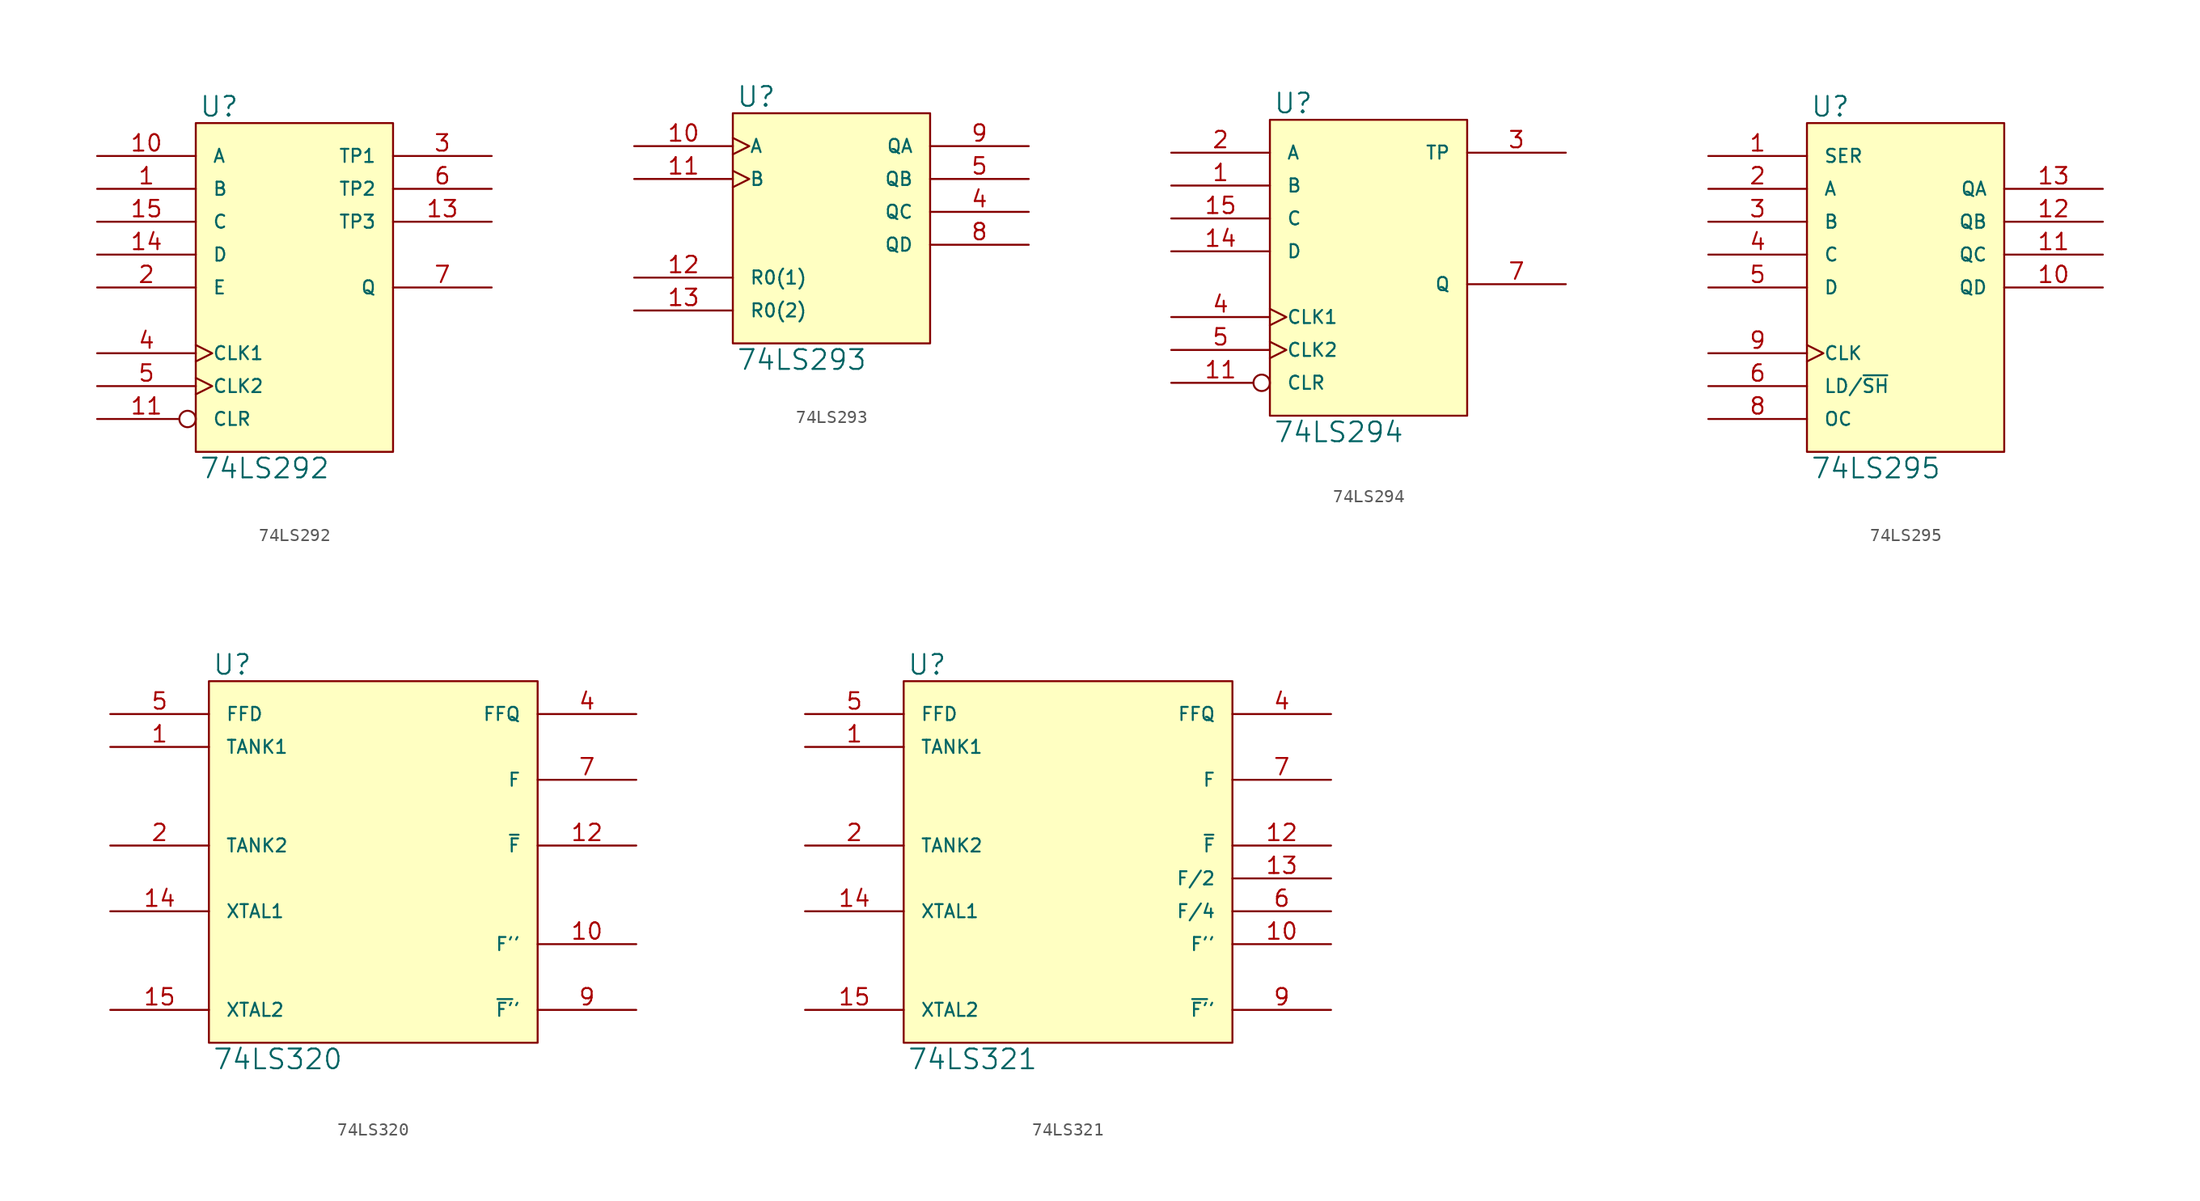
<source format=kicad_sym>
(kicad_symbol_lib
  (version 20231120)
  (generator "kicad_symbol_editor")
  (generator_version "8.0")
  (symbol "74LS292"
    (pin_names
      (offset 1.27))
    (property "Reference" "U"
      (at 0.254 0.381 0)
      (effects (font (size 1.524 1.524)) (justify left bottom)))
    (property "Value" "74LS292"
      (at 0.254 -25.781 0)
      (effects (font (size 1.524 1.524)) (justify left top)))
    (symbol "74LS292_0_1"
      (rectangle (start 0 0) (end 15.24 -25.4) (stroke (width 0) (type solid)) (fill (type background))))
    (symbol "74LS292_1_1"
      (pin input line (at -7.62 -5.08 0) (length 7.62) (name "B" (effects (font (size 1.016 1.016)))) (number "1" (effects (font (size 1.27 1.27)))))
      (pin input line (at -7.62 -2.54 0) (length 7.62) (name "A" (effects (font (size 1.016 1.016)))) (number "10" (effects (font (size 1.27 1.27)))))
      (pin input inverted (at -7.62 -22.86 0) (length 7.62) (name "CLR" (effects (font (size 1.016 1.016)))) (number "11" (effects (font (size 1.27 1.27)))))
      (pin output line (at 22.86 -7.62 180) (length 7.62) (name "TP3" (effects (font (size 1.016 1.016)))) (number "13" (effects (font (size 1.27 1.27)))))
      (pin input line (at -7.62 -10.16 0) (length 7.62) (name "D" (effects (font (size 1.016 1.016)))) (number "14" (effects (font (size 1.27 1.27)))))
      (pin input line (at -7.62 -7.62 0) (length 7.62) (name "C" (effects (font (size 1.016 1.016)))) (number "15" (effects (font (size 1.27 1.27)))))
      (pin power_in line (at 0 0 270) (length 0) hide (name "VCC" (effects (font (size 1.016 1.016)))) (number "16" (effects (font (size 1.27 1.27)))))
      (pin input line (at -7.62 -12.7 0) (length 7.62) (name "E" (effects (font (size 1.016 1.016)))) (number "2" (effects (font (size 1.27 1.27)))))
      (pin output line (at 22.86 -2.54 180) (length 7.62) (name "TP1" (effects (font (size 1.016 1.016)))) (number "3" (effects (font (size 1.27 1.27)))))
      (pin input clock (at -7.62 -17.78 0) (length 7.62) (name "CLK1" (effects (font (size 1.016 1.016)))) (number "4" (effects (font (size 1.27 1.27)))))
      (pin input clock (at -7.62 -20.32 0) (length 7.62) (name "CLK2" (effects (font (size 1.016 1.016)))) (number "5" (effects (font (size 1.27 1.27)))))
      (pin output line (at 22.86 -5.08 180) (length 7.62) (name "TP2" (effects (font (size 1.016 1.016)))) (number "6" (effects (font (size 1.27 1.27)))))
      (pin output line (at 22.86 -12.7 180) (length 7.62) (name "Q" (effects (font (size 1.016 1.016)))) (number "7" (effects (font (size 1.27 1.27)))))
      (pin power_in line (at 0 -25.4 90) (length 0) hide (name "GND" (effects (font (size 1.016 1.016)))) (number "8" (effects (font (size 1.27 1.27)))))))
  (symbol "74LS293"
    (pin_names
      (offset 1.27))
    (property "Reference" "U"
      (at 0.254 0.381 0)
      (effects (font (size 1.524 1.524)) (justify left bottom)))
    (property "Value" "74LS293"
      (at 0.254 -18.161 0)
      (effects (font (size 1.524 1.524)) (justify left top)))
    (symbol "74LS293_0_1"
      (rectangle (start 0 0) (end 15.24 -17.78) (stroke (width 0) (type solid)) (fill (type background))))
    (symbol "74LS293_1_1"
      (pin input clock (at -7.62 -2.54 0) (length 7.62) (name "A" (effects (font (size 1.016 1.016)))) (number "10" (effects (font (size 1.27 1.27)))))
      (pin input clock (at -7.62 -5.08 0) (length 7.62) (name "B" (effects (font (size 1.016 1.016)))) (number "11" (effects (font (size 1.27 1.27)))))
      (pin input line (at -7.62 -12.7 0) (length 7.62) (name "R0(1)" (effects (font (size 1.016 1.016)))) (number "12" (effects (font (size 1.27 1.27)))))
      (pin input line (at -7.62 -15.24 0) (length 7.62) (name "R0(2)" (effects (font (size 1.016 1.016)))) (number "13" (effects (font (size 1.27 1.27)))))
      (pin power_in line (at 0 0 270) (length 0) hide (name "VCC" (effects (font (size 1.016 1.016)))) (number "14" (effects (font (size 1.27 1.27)))))
      (pin output line (at 22.86 -7.62 180) (length 7.62) (name "QC" (effects (font (size 1.016 1.016)))) (number "4" (effects (font (size 1.27 1.27)))))
      (pin output line (at 22.86 -5.08 180) (length 7.62) (name "QB" (effects (font (size 1.016 1.016)))) (number "5" (effects (font (size 1.27 1.27)))))
      (pin power_in line (at 0 -17.78 90) (length 0) hide (name "GND" (effects (font (size 1.016 1.016)))) (number "7" (effects (font (size 1.27 1.27)))))
      (pin output line (at 22.86 -10.16 180) (length 7.62) (name "QD" (effects (font (size 1.016 1.016)))) (number "8" (effects (font (size 1.27 1.27)))))
      (pin output line (at 22.86 -2.54 180) (length 7.62) (name "QA" (effects (font (size 1.016 1.016)))) (number "9" (effects (font (size 1.27 1.27)))))))
  (symbol "74LS294"
    (pin_names
      (offset 1.27))
    (property "Reference" "U"
      (at 0.254 0.381 0)
      (effects (font (size 1.524 1.524)) (justify left bottom)))
    (property "Value" "74LS294"
      (at 0.254 -23.241 0)
      (effects (font (size 1.524 1.524)) (justify left top)))
    (symbol "74LS294_0_1"
      (rectangle (start 0 0) (end 15.24 -22.86) (stroke (width 0) (type solid)) (fill (type background))))
    (symbol "74LS294_1_1"
      (pin input line (at -7.62 -5.08 0) (length 7.62) (name "B" (effects (font (size 1.016 1.016)))) (number "1" (effects (font (size 1.27 1.27)))))
      (pin input inverted (at -7.62 -20.32 0) (length 7.62) (name "CLR" (effects (font (size 1.016 1.016)))) (number "11" (effects (font (size 1.27 1.27)))))
      (pin input line (at -7.62 -10.16 0) (length 7.62) (name "D" (effects (font (size 1.016 1.016)))) (number "14" (effects (font (size 1.27 1.27)))))
      (pin input line (at -7.62 -7.62 0) (length 7.62) (name "C" (effects (font (size 1.016 1.016)))) (number "15" (effects (font (size 1.27 1.27)))))
      (pin power_in line (at 0 0 270) (length 0) hide (name "VCC" (effects (font (size 1.016 1.016)))) (number "16" (effects (font (size 1.27 1.27)))))
      (pin input line (at -7.62 -2.54 0) (length 7.62) (name "A" (effects (font (size 1.016 1.016)))) (number "2" (effects (font (size 1.27 1.27)))))
      (pin output line (at 22.86 -2.54 180) (length 7.62) (name "TP" (effects (font (size 1.016 1.016)))) (number "3" (effects (font (size 1.27 1.27)))))
      (pin input clock (at -7.62 -15.24 0) (length 7.62) (name "CLK1" (effects (font (size 1.016 1.016)))) (number "4" (effects (font (size 1.27 1.27)))))
      (pin input clock (at -7.62 -17.78 0) (length 7.62) (name "CLK2" (effects (font (size 1.016 1.016)))) (number "5" (effects (font (size 1.27 1.27)))))
      (pin output line (at 22.86 -12.7 180) (length 7.62) (name "Q" (effects (font (size 1.016 1.016)))) (number "7" (effects (font (size 1.27 1.27)))))
      (pin power_in line (at 0 -22.86 90) (length 0) hide (name "GND" (effects (font (size 1.016 1.016)))) (number "8" (effects (font (size 1.27 1.27)))))))
  (symbol "74LS295"
    (pin_names
      (offset 1.27))
    (property "Reference" "U"
      (at 0.254 0.381 0)
      (effects (font (size 1.524 1.524)) (justify left bottom)))
    (property "Value" "74LS295"
      (at 0.254 -25.781 0)
      (effects (font (size 1.524 1.524)) (justify left top)))
    (symbol "74LS295_0_1"
      (rectangle (start 0 0) (end 15.24 -25.4) (stroke (width 0) (type solid)) (fill (type background))))
    (symbol "74LS295_1_1"
      (pin input line (at -7.62 -2.54 0) (length 7.62) (name "SER" (effects (font (size 1.016 1.016)))) (number "1" (effects (font (size 1.27 1.27)))))
      (pin output line (at 22.86 -12.7 180) (length 7.62) (name "QD" (effects (font (size 1.016 1.016)))) (number "10" (effects (font (size 1.27 1.27)))))
      (pin output line (at 22.86 -10.16 180) (length 7.62) (name "QC" (effects (font (size 1.016 1.016)))) (number "11" (effects (font (size 1.27 1.27)))))
      (pin output line (at 22.86 -7.62 180) (length 7.62) (name "QB" (effects (font (size 1.016 1.016)))) (number "12" (effects (font (size 1.27 1.27)))))
      (pin output line (at 22.86 -5.08 180) (length 7.62) (name "QA" (effects (font (size 1.016 1.016)))) (number "13" (effects (font (size 1.27 1.27)))))
      (pin power_in line (at 0 0 270) (length 0) hide (name "VCC" (effects (font (size 1.016 1.016)))) (number "14" (effects (font (size 1.27 1.27)))))
      (pin input line (at -7.62 -5.08 0) (length 7.62) (name "A" (effects (font (size 1.016 1.016)))) (number "2" (effects (font (size 1.27 1.27)))))
      (pin input line (at -7.62 -7.62 0) (length 7.62) (name "B" (effects (font (size 1.016 1.016)))) (number "3" (effects (font (size 1.27 1.27)))))
      (pin input line (at -7.62 -10.16 0) (length 7.62) (name "C" (effects (font (size 1.016 1.016)))) (number "4" (effects (font (size 1.27 1.27)))))
      (pin input line (at -7.62 -12.7 0) (length 7.62) (name "D" (effects (font (size 1.016 1.016)))) (number "5" (effects (font (size 1.27 1.27)))))
      (pin input line (at -7.62 -20.32 0) (length 7.62) (name "LD/~{SH}" (effects (font (size 1.016 1.016)))) (number "6" (effects (font (size 1.27 1.27)))))
      (pin power_in line (at 0 -25.4 90) (length 0) hide (name "GND" (effects (font (size 1.016 1.016)))) (number "7" (effects (font (size 1.27 1.27)))))
      (pin input line (at -7.62 -22.86 0) (length 7.62) (name "OC" (effects (font (size 1.016 1.016)))) (number "8" (effects (font (size 1.27 1.27)))))
      (pin input clock (at -7.62 -17.78 0) (length 7.62) (name "CLK" (effects (font (size 1.016 1.016)))) (number "9" (effects (font (size 1.27 1.27)))))))
  (symbol "74LS320"
    (pin_names
      (offset 1.27))
    (property "Reference" "U"
      (at 0.254 0.381 0)
      (effects (font (size 1.524 1.524)) (justify left bottom)))
    (property "Value" "74LS320"
      (at 0.254 -28.321 0)
      (effects (font (size 1.524 1.524)) (justify left top)))
    (symbol "74LS320_0_1"
      (rectangle (start 0 0) (end 25.4 -27.94) (stroke (width 0) (type solid)) (fill (type background))))
    (symbol "74LS320_1_1"
      (pin input line (at -7.62 -5.08 0) (length 7.62) (name "TANK1" (effects (font (size 1.016 1.016)))) (number "1" (effects (font (size 1.27 1.27)))))
      (pin output line (at 33.02 -20.32 180) (length 7.62) (name "F''" (effects (font (size 1.016 1.016)))) (number "10" (effects (font (size 1.27 1.27)))))
      (pin output line (at 33.02 -12.7 180) (length 7.62) (name "~{F}" (effects (font (size 1.016 1.016)))) (number "12" (effects (font (size 1.27 1.27)))))
      (pin input line (at -7.62 -17.78 0) (length 7.62) (name "XTAL1" (effects (font (size 1.016 1.016)))) (number "14" (effects (font (size 1.27 1.27)))))
      (pin input line (at -7.62 -25.4 0) (length 7.62) (name "XTAL2" (effects (font (size 1.016 1.016)))) (number "15" (effects (font (size 1.27 1.27)))))
      (pin power_in line (at 0 0 270) (length 0) hide (name "VCC" (effects (font (size 1.016 1.016)))) (number "16" (effects (font (size 1.27 1.27)))))
      (pin input line (at -7.62 -12.7 0) (length 7.62) (name "TANK2" (effects (font (size 1.016 1.016)))) (number "2" (effects (font (size 1.27 1.27)))))
      (pin output line (at 33.02 -2.54 180) (length 7.62) (name "FFQ" (effects (font (size 1.016 1.016)))) (number "4" (effects (font (size 1.27 1.27)))))
      (pin input line (at -7.62 -2.54 0) (length 7.62) (name "FFD" (effects (font (size 1.016 1.016)))) (number "5" (effects (font (size 1.27 1.27)))))
      (pin output line (at 33.02 -7.62 180) (length 7.62) (name "F" (effects (font (size 1.016 1.016)))) (number "7" (effects (font (size 1.27 1.27)))))
      (pin power_in line (at 0 -27.94 90) (length 0) hide (name "GND" (effects (font (size 1.016 1.016)))) (number "8" (effects (font (size 1.27 1.27)))))
      (pin output line (at 33.02 -25.4 180) (length 7.62) (name "~{F'}'" (effects (font (size 1.016 1.016)))) (number "9" (effects (font (size 1.27 1.27)))))))
  (symbol "74LS321"
    (pin_names
      (offset 1.27))
    (property "Reference" "U"
      (at 0.254 0.381 0)
      (effects (font (size 1.524 1.524)) (justify left bottom)))
    (property "Value" "74LS321"
      (at 0.254 -28.321 0)
      (effects (font (size 1.524 1.524)) (justify left top)))
    (symbol "74LS321_0_1"
      (rectangle (start 0 0) (end 25.4 -27.94) (stroke (width 0) (type solid)) (fill (type background))))
    (symbol "74LS321_1_1"
      (pin input line (at -7.62 -5.08 0) (length 7.62) (name "TANK1" (effects (font (size 1.016 1.016)))) (number "1" (effects (font (size 1.27 1.27)))))
      (pin output line (at 33.02 -20.32 180) (length 7.62) (name "F''" (effects (font (size 1.016 1.016)))) (number "10" (effects (font (size 1.27 1.27)))))
      (pin output line (at 33.02 -12.7 180) (length 7.62) (name "~{F}" (effects (font (size 1.016 1.016)))) (number "12" (effects (font (size 1.27 1.27)))))
      (pin output line (at 33.02 -15.24 180) (length 7.62) (name "F/2" (effects (font (size 1.016 1.016)))) (number "13" (effects (font (size 1.27 1.27)))))
      (pin input line (at -7.62 -17.78 0) (length 7.62) (name "XTAL1" (effects (font (size 1.016 1.016)))) (number "14" (effects (font (size 1.27 1.27)))))
      (pin input line (at -7.62 -25.4 0) (length 7.62) (name "XTAL2" (effects (font (size 1.016 1.016)))) (number "15" (effects (font (size 1.27 1.27)))))
      (pin power_in line (at 0 0 270) (length 0) hide (name "VCC" (effects (font (size 1.016 1.016)))) (number "16" (effects (font (size 1.27 1.27)))))
      (pin input line (at -7.62 -12.7 0) (length 7.62) (name "TANK2" (effects (font (size 1.016 1.016)))) (number "2" (effects (font (size 1.27 1.27)))))
      (pin output line (at 33.02 -2.54 180) (length 7.62) (name "FFQ" (effects (font (size 1.016 1.016)))) (number "4" (effects (font (size 1.27 1.27)))))
      (pin input line (at -7.62 -2.54 0) (length 7.62) (name "FFD" (effects (font (size 1.016 1.016)))) (number "5" (effects (font (size 1.27 1.27)))))
      (pin output line (at 33.02 -17.78 180) (length 7.62) (name "F/4" (effects (font (size 1.016 1.016)))) (number "6" (effects (font (size 1.27 1.27)))))
      (pin output line (at 33.02 -7.62 180) (length 7.62) (name "F" (effects (font (size 1.016 1.016)))) (number "7" (effects (font (size 1.27 1.27)))))
      (pin power_in line (at 0 -27.94 90) (length 0) hide (name "GND" (effects (font (size 1.016 1.016)))) (number "8" (effects (font (size 1.27 1.27)))))
      (pin output line (at 33.02 -25.4 180) (length 7.62) (name "~{F'}'" (effects (font (size 1.016 1.016)))) (number "9" (effects (font (size 1.27 1.27))))))))
</source>
